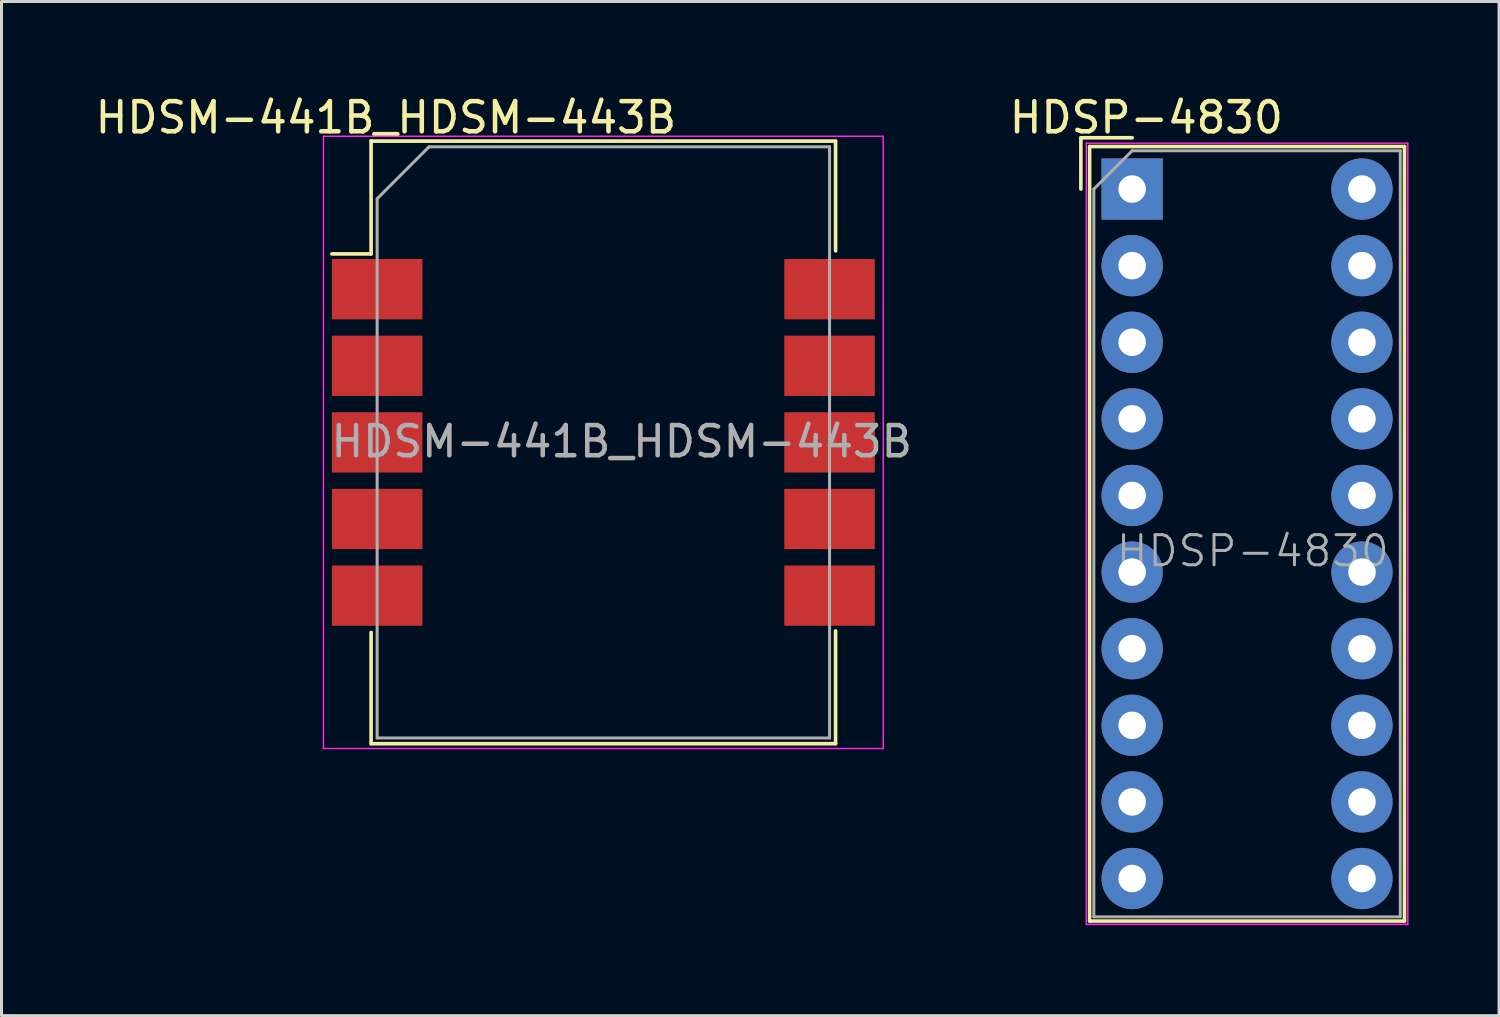
<source format=kicad_pcb>
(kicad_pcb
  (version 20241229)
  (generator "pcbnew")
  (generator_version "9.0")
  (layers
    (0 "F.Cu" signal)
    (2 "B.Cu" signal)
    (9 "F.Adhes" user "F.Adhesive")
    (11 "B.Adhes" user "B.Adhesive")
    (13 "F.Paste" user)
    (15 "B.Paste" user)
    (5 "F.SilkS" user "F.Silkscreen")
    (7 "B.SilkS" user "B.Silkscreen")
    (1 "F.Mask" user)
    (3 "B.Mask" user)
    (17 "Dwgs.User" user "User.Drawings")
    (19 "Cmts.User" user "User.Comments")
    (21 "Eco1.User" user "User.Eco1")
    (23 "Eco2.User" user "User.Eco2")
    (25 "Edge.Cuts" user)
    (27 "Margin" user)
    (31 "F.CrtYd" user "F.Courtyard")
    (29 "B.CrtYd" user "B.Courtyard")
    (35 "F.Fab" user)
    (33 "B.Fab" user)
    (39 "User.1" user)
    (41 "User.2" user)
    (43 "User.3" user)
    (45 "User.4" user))
  (footprint "HDSM-441B_HDSM-443B"
    (layer "F.Cu")
    (at 16.954 11.618)
    (property "Reference" "HDSM-441B_HDSM-443B" (at -7.21 -10.77 0) (layer "F.SilkS") (effects (font (size 1 1) (thickness 0.15))))
    (attr smd)
    (fp_line (start -9 -6.25) (end -7.7 -6.25) (stroke (width 0.12) (type solid)) (layer "F.SilkS"))
    (fp_line (start -7.7 -9.99) (end 7.7 -9.99) (stroke (width 0.12) (type solid)) (layer "F.SilkS"))
    (fp_line (start -7.7 -6.25) (end -7.7 -10) (stroke (width 0.12) (type solid)) (layer "F.SilkS"))
    (fp_line (start -7.7 6.3) (end -7.7 9.99) (stroke (width 0.12) (type solid)) (layer "F.SilkS"))
    (fp_line (start 7.7 -9.99) (end 7.7 -6.35) (stroke (width 0.12) (type solid)) (layer "F.SilkS"))
    (fp_line (start 7.7 6.25) (end 7.7 9.99) (stroke (width 0.12) (type solid)) (layer "F.SilkS"))
    (fp_line (start 7.7 9.99) (end -7.7 9.99) (stroke (width 0.12) (type solid)) (layer "F.SilkS"))
    (fp_line (start -9.28 -10.15) (end 9.28 -10.15) (stroke (width 0.05) (type solid)) (layer "F.CrtYd"))
    (fp_line (start -9.28 10.15) (end -9.28 -10.15) (stroke (width 0.05) (type solid)) (layer "F.CrtYd"))
    (fp_line (start 9.28 -10.15) (end 9.28 10.15) (stroke (width 0.05) (type solid)) (layer "F.CrtYd"))
    (fp_line (start 9.28 10.15) (end -9.28 10.15) (stroke (width 0.05) (type solid)) (layer "F.CrtYd"))
    (fp_line (start -7.5 -8.08) (end -7.5 9.8) (stroke (width 0.1) (type solid)) (layer "F.Fab"))
    (fp_line (start -7.5 -8.08) (end -5.78 -9.8) (stroke (width 0.1) (type solid)) (layer "F.Fab"))
    (fp_line (start 7.5 -9.8) (end -5.78 -9.8) (stroke (width 0.1) (type solid)) (layer "F.Fab"))
    (fp_line (start 7.5 -9.8) (end 7.5 9.8) (stroke (width 0.1) (type solid)) (layer "F.Fab"))
    (fp_line (start 7.5 9.8) (end -7.5 9.8) (stroke (width 0.1) (type solid)) (layer "F.Fab"))
    (fp_text user "${REFERENCE}" (at 0.61 -0.03 0) (layer "F.Fab") (effects (font (size 1 1) (thickness 0.15))))
    (pad "1" smd rect (at -7.5 -5.08 270) (size 2 3) (layers "F.Cu" "F.Mask" "F.Paste"))
    (pad "2" smd rect (at -7.5 -2.54 270) (size 2 3) (layers "F.Cu" "F.Mask" "F.Paste"))
    (pad "3" smd rect (at -7.5 0 270) (size 2 3) (layers "F.Cu" "F.Mask" "F.Paste"))
    (pad "4" smd rect (at -7.5 2.54 270) (size 2 3) (layers "F.Cu" "F.Mask" "F.Paste"))
    (pad "5" smd rect (at -7.5 5.08 270) (size 2 3) (layers "F.Cu" "F.Mask" "F.Paste"))
    (pad "6" smd rect (at 7.5 5.08 270) (size 2 3) (layers "F.Cu" "F.Mask" "F.Paste"))
    (pad "7" smd rect (at 7.5 2.54 270) (size 2 3) (layers "F.Cu" "F.Mask" "F.Paste"))
    (pad "8" smd rect (at 7.5 0 270) (size 2 3) (layers "F.Cu" "F.Mask" "F.Paste"))
    (pad "9" smd rect (at 7.5 -2.54 270) (size 2 3) (layers "F.Cu" "F.Mask" "F.Paste"))
    (pad "10" smd rect (at 7.5 -5.08 270) (size 2 3) (layers "F.Cu" "F.Mask" "F.Paste")))
  (footprint "HDSP-4830"
    (layer "F.Cu")
    (at 34.487 3.218)
    (property "Reference" "HDSP-4830" (at 0.47 -2.37 0) (layer "F.SilkS") (effects (font (size 1 1) (thickness 0.15))))
    (attr through_hole)
    (fp_line (start -1.7 -1.7) (end -1.7 0) (stroke (width 0.12) (type solid)) (layer "F.SilkS"))
    (fp_line (start -1.41 -1.41) (end 9.03 -1.41) (stroke (width 0.12) (type solid)) (layer "F.SilkS"))
    (fp_line (start -1.41 24.27) (end -1.41 -1.41) (stroke (width 0.12) (type solid)) (layer "F.SilkS"))
    (fp_line (start 0 -1.7) (end -1.7 -1.7) (stroke (width 0.12) (type solid)) (layer "F.SilkS"))
    (fp_line (start 9.03 -1.41) (end 9.03 24.27) (stroke (width 0.12) (type solid)) (layer "F.SilkS"))
    (fp_line (start 9.03 24.27) (end -1.41 24.27) (stroke (width 0.12) (type solid)) (layer "F.SilkS"))
    (fp_line (start -1.52 -1.52) (end -1.52 24.38) (stroke (width 0.05) (type solid)) (layer "F.CrtYd"))
    (fp_line (start -1.52 -1.52) (end 9.14 -1.52) (stroke (width 0.05) (type solid)) (layer "F.CrtYd"))
    (fp_line (start -1.52 24.38) (end 9.14 24.38) (stroke (width 0.05) (type solid)) (layer "F.CrtYd"))
    (fp_line (start 9.14 24.38) (end 9.14 -1.52) (stroke (width 0.05) (type solid)) (layer "F.CrtYd"))
    (fp_line (start -1.27 0) (end -1.27 24.13) (stroke (width 0.1) (type solid)) (layer "F.Fab"))
    (fp_line (start -1.27 24.13) (end 8.89 24.13) (stroke (width 0.1) (type solid)) (layer "F.Fab"))
    (fp_line (start 0 -1.27) (end -1.27 0) (stroke (width 0.1) (type solid)) (layer "F.Fab"))
    (fp_line (start 0 -1.27) (end 8.89 -1.27) (stroke (width 0.1) (type solid)) (layer "F.Fab"))
    (fp_line (start 8.89 -1.27) (end 8.89 24.13) (stroke (width 0.1) (type solid)) (layer "F.Fab"))
    (fp_text user "${REFERENCE}" (at 4 12 0) (layer "F.Fab") (effects (font (size 1 1) (thickness 0.1))))
    (pad "1" thru_hole rect (at 0 0 270) (size 2.032 2.032) (drill 0.914) (layers "*.Cu" "*.Mask"))
    (pad "2" thru_hole circle (at 0 2.54 270) (size 2.032 2.032) (drill 0.914) (layers "*.Cu" "*.Mask"))
    (pad "3" thru_hole circle (at 0 5.08 270) (size 2.032 2.032) (drill 0.914) (layers "*.Cu" "*.Mask"))
    (pad "4" thru_hole circle (at 0 7.62 270) (size 2.032 2.032) (drill 0.914) (layers "*.Cu" "*.Mask"))
    (pad "5" thru_hole circle (at 0 10.16 270) (size 2.032 2.032) (drill 0.914) (layers "*.Cu" "*.Mask"))
    (pad "6" thru_hole circle (at 0 12.7 270) (size 2.032 2.032) (drill 0.914) (layers "*.Cu" "*.Mask"))
    (pad "7" thru_hole circle (at 0 15.24 270) (size 2.032 2.032) (drill 0.914) (layers "*.Cu" "*.Mask"))
    (pad "8" thru_hole circle (at 0 17.78 270) (size 2.032 2.032) (drill 0.914) (layers "*.Cu" "*.Mask"))
    (pad "9" thru_hole circle (at 0 20.32 270) (size 2.032 2.032) (drill 0.914) (layers "*.Cu" "*.Mask"))
    (pad "10" thru_hole circle (at 0 22.86 270) (size 2.032 2.032) (drill 0.914) (layers "*.Cu" "*.Mask"))
    (pad "11" thru_hole circle (at 7.62 22.86 270) (size 2.032 2.032) (drill 0.914) (layers "*.Cu" "*.Mask"))
    (pad "12" thru_hole circle (at 7.62 20.32 270) (size 2.032 2.032) (drill 0.914) (layers "*.Cu" "*.Mask"))
    (pad "13" thru_hole circle (at 7.62 17.78 270) (size 2.032 2.032) (drill 0.914) (layers "*.Cu" "*.Mask"))
    (pad "14" thru_hole circle (at 7.62 15.24 270) (size 2.032 2.032) (drill 0.914) (layers "*.Cu" "*.Mask"))
    (pad "15" thru_hole circle (at 7.62 12.7 270) (size 2.032 2.032) (drill 0.914) (layers "*.Cu" "*.Mask"))
    (pad "16" thru_hole circle (at 7.62 10.16 270) (size 2.032 2.032) (drill 0.914) (layers "*.Cu" "*.Mask"))
    (pad "17" thru_hole circle (at 7.62 7.62 270) (size 2.032 2.032) (drill 0.914) (layers "*.Cu" "*.Mask"))
    (pad "18" thru_hole circle (at 7.62 5.08 270) (size 2.032 2.032) (drill 0.914) (layers "*.Cu" "*.Mask"))
    (pad "19" thru_hole circle (at 7.62 2.54 270) (size 2.032 2.032) (drill 0.914) (layers "*.Cu" "*.Mask"))
    (pad "20" thru_hole circle (at 7.62 0 270) (size 2.032 2.032) (drill 0.914) (layers "*.Cu" "*.Mask")))
  (gr_rect
    (start -3 -3)
    (end 46.652 30.623)
    (stroke (width 0.1) (type default))
    (fill no)
    (layer "Edge.Cuts")))
</source>
